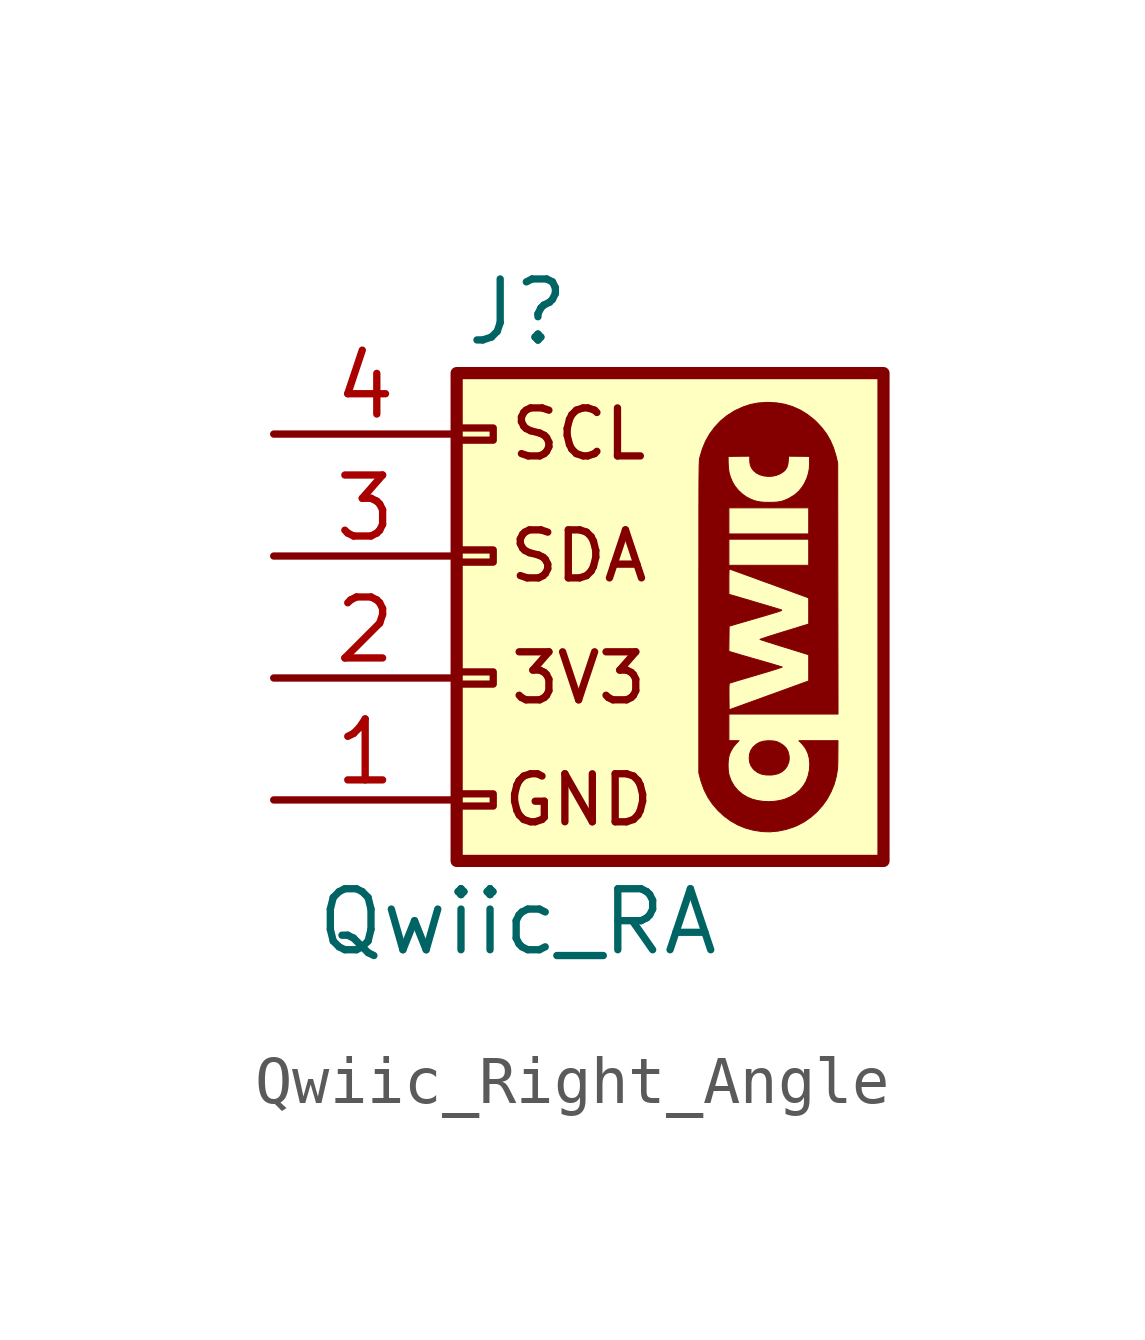
<source format=kicad_sym>
(kicad_symbol_lib
  (version 20231120)
  (generator "kicad_symbol_editor")
  (generator_version "8.0")
  (symbol "Qwiic_Right_Angle"
    (pin_names
      (offset 1.016) hide)
    (property "Reference" "J"
      (at 0 5.08 0)
      (effects (font (size 1.27 1.27))))
    (property "Value" "Qwiic_RA"
      (at 0 -7.62 0)
      (effects (font (size 1.27 1.27))))
    (symbol "Qwiic_Right_Angle_0_0"
      (polyline (pts (xy 5.651 -4.146) (xy 5.63 -4.065) (xy 5.592 -3.998) (xy 5.537 -3.943) (xy 5.463 -3.896) (xy 5.439 -3.884) (xy 5.402 -3.868) (xy 5.368 -3.858) (xy 5.329 -3.852) (xy 5.277 -3.849) (xy 5.218 -3.847) (xy 5.123 -3.856) (xy 5.04 -3.88) (xy 4.97 -3.92) (xy 4.908 -3.976) (xy 4.894 -3.992) (xy 4.854 -4.055) (xy 4.831 -4.124) (xy 4.824 -4.205) (xy 4.824 -4.222) (xy 4.834 -4.301) (xy 4.861 -4.369) (xy 4.905 -4.431) (xy 4.933 -4.459) (xy 5.001 -4.509) (xy 5.079 -4.542) (xy 5.17 -4.559) (xy 5.274 -4.561) (xy 5.326 -4.556) (xy 5.42 -4.535) (xy 5.499 -4.497) (xy 5.564 -4.444) (xy 5.613 -4.376) (xy 5.647 -4.293) (xy 5.65 -4.279) (xy 5.656 -4.232) (xy 5.656 -4.188) (xy 5.651 -4.146)) (stroke (width 0.01) (type default)) (fill (type outline)))
      (polyline (pts (xy 6.669 -0.679) (xy 6.666 1.933) (xy 6.642 2.039) (xy 6.63 2.087) (xy 6.579 2.253) (xy 6.514 2.404) (xy 6.434 2.543) (xy 6.336 2.673) (xy 6.221 2.796) (xy 6.17 2.843) (xy 6.03 2.953) (xy 5.884 3.042) (xy 5.729 3.111) (xy 5.567 3.161) (xy 5.395 3.19) (xy 5.215 3.2) (xy 5.17 3.199) (xy 5.006 3.187) (xy 4.851 3.157) (xy 4.701 3.108) (xy 4.551 3.04) (xy 4.51 3.019) (xy 4.361 2.924) (xy 4.226 2.813) (xy 4.107 2.687) (xy 4.003 2.547) (xy 3.916 2.395) (xy 3.847 2.229) (xy 3.795 2.053) (xy 3.793 2.045) (xy 3.791 2.036) (xy 3.789 2.024) (xy 3.788 2.011) (xy 3.786 1.994) (xy 3.785 1.973) (xy 3.784 1.948) (xy 3.783 1.918) (xy 3.781 1.881) (xy 3.78 1.838) (xy 3.78 1.787) (xy 3.779 1.728) (xy 3.778 1.659) (xy 3.777 1.581) (xy 3.777 1.492) (xy 3.776 1.393) (xy 3.776 1.28) (xy 3.776 1.156) (xy 3.775 1.017) (xy 3.775 0.865) (xy 3.775 0.697) (xy 3.775 0.514) (xy 3.775 0.314) (xy 3.775 0.097) (xy 3.775 -0.139) (xy 3.774 -0.393) (xy 3.774 -0.666) (xy 3.774 -0.96) (xy 3.774 -1.274) (xy 3.774 -4.515) (xy 3.804 -4.632) (xy 3.824 -4.703) (xy 3.884 -4.868) (xy 3.961 -5.021) (xy 4.056 -5.162) (xy 4.17 -5.295) (xy 4.295 -5.412) (xy 4.436 -5.516) (xy 4.586 -5.601) (xy 4.746 -5.666) (xy 4.916 -5.712) (xy 5.096 -5.739) (xy 5.257 -5.744) (xy 5.423 -5.729) (xy 5.589 -5.695) (xy 5.753 -5.642) (xy 5.824 -5.612) (xy 5.973 -5.533) (xy 6.111 -5.436) (xy 6.237 -5.324) (xy 6.349 -5.198) (xy 6.447 -5.06) (xy 6.528 -4.911) (xy 6.593 -4.753) (xy 6.638 -4.588) (xy 6.665 -4.417) (xy 6.665 -4.405) (xy 6.666 -4.37) (xy 6.668 -4.32) (xy 6.669 -4.257) (xy 6.67 -4.186) (xy 6.67 -4.11) (xy 6.672 -3.846) (xy 6.266 -3.846) (xy 5.859 -3.846) (xy 5.922 -3.91) (xy 5.935 -3.924) (xy 6 -4.011) (xy 6.047 -4.11) (xy 6.075 -4.219) (xy 6.085 -4.338) (xy 6.078 -4.451) (xy 6.052 -4.575) (xy 6.007 -4.694) (xy 5.952 -4.786) (xy 5.877 -4.875) (xy 5.786 -4.952) (xy 5.683 -5.013) (xy 5.631 -5.037) (xy 5.564 -5.064) (xy 5.498 -5.083) (xy 5.425 -5.098) (xy 5.338 -5.11) (xy 5.245 -5.116) (xy 5.122 -5.111) (xy 5 -5.094) (xy 4.886 -5.064) (xy 4.786 -5.023) (xy 4.683 -4.962) (xy 4.588 -4.882) (xy 4.509 -4.788) (xy 4.447 -4.681) (xy 4.404 -4.563) (xy 4.403 -4.561) (xy 4.391 -4.499) (xy 4.385 -4.424) (xy 4.383 -4.345) (xy 4.387 -4.266) (xy 4.396 -4.196) (xy 4.409 -4.14) (xy 4.432 -4.082) (xy 4.485 -3.988) (xy 4.555 -3.903) (xy 4.611 -3.846) (xy 4.505 -3.846) (xy 4.4 -3.846) (xy 4.4 -3.569) (xy 4.4 -3.291) (xy 4.405 -3.291) (xy 4.405 -3.202) (xy 4.402 -2.93) (xy 4.402 -2.896) (xy 4.402 -2.808) (xy 4.402 -2.739) (xy 4.404 -2.691) (xy 4.407 -2.661) (xy 4.411 -2.65) (xy 4.414 -2.648) (xy 4.434 -2.642) (xy 4.472 -2.63) (xy 4.527 -2.613) (xy 4.595 -2.592) (xy 4.676 -2.568) (xy 4.767 -2.541) (xy 4.866 -2.512) (xy 4.971 -2.481) (xy 5.017 -2.467) (xy 5.119 -2.437) (xy 5.213 -2.409) (xy 5.298 -2.383) (xy 5.371 -2.36) (xy 5.431 -2.341) (xy 5.475 -2.326) (xy 5.503 -2.317) (xy 5.511 -2.312) (xy 5.505 -2.31) (xy 5.48 -2.302) (xy 5.437 -2.288) (xy 5.379 -2.271) (xy 5.309 -2.25) (xy 5.228 -2.226) (xy 5.138 -2.2) (xy 5.041 -2.172) (xy 4.985 -2.156) (xy 4.886 -2.128) (xy 4.793 -2.101) (xy 4.706 -2.076) (xy 4.63 -2.054) (xy 4.567 -2.035) (xy 4.519 -2.021) (xy 4.489 -2.012) (xy 4.399 -1.985) (xy 4.402 -1.723) (xy 4.405 -1.461) (xy 4.584 -1.408) (xy 4.616 -1.399) (xy 4.774 -1.353) (xy 4.912 -1.313) (xy 5.032 -1.278) (xy 5.135 -1.248) (xy 5.222 -1.222) (xy 5.295 -1.2) (xy 5.354 -1.182) (xy 5.402 -1.168) (xy 5.438 -1.156) (xy 5.465 -1.147) (xy 5.483 -1.139) (xy 5.495 -1.134) (xy 5.5 -1.13) (xy 5.5 -1.126) (xy 5.497 -1.124) (xy 5.492 -1.121) (xy 5.49 -1.121) (xy 5.469 -1.114) (xy 5.43 -1.102) (xy 5.374 -1.085) (xy 5.305 -1.064) (xy 5.224 -1.04) (xy 5.133 -1.013) (xy 5.034 -0.984) (xy 4.93 -0.953) (xy 4.4 -0.797) (xy 4.4 -0.533) (xy 4.4 -0.479) (xy 4.4 -0.411) (xy 4.402 -0.353) (xy 4.403 -0.308) (xy 4.405 -0.279) (xy 4.407 -0.269) (xy 4.409 -0.269) (xy 4.428 -0.276) (xy 4.466 -0.289) (xy 4.52 -0.309) (xy 4.59 -0.334) (xy 4.673 -0.364) (xy 4.768 -0.399) (xy 4.874 -0.437) (xy 4.988 -0.479) (xy 5.11 -0.524) (xy 5.238 -0.57) (xy 6.063 -0.872) (xy 6.063 -0.193) (xy 5.231 -0.193) (xy 4.4 -0.193) (xy 4.4 0.079) (xy 4.4 0.351) (xy 5.231 0.351) (xy 6.063 0.351) (xy 6.063 0.46) (xy 5.231 0.46) (xy 4.4 0.46) (xy 4.4 0.732) (xy 4.4 1.004) (xy 5.231 1.004) (xy 5.237 1.004) (xy 5.237 1.118) (xy 5.146 1.119) (xy 5.067 1.125) (xy 4.997 1.136) (xy 4.933 1.153) (xy 4.868 1.178) (xy 4.797 1.213) (xy 4.766 1.23) (xy 4.681 1.29) (xy 4.601 1.365) (xy 4.531 1.449) (xy 4.478 1.536) (xy 4.469 1.556) (xy 4.431 1.646) (xy 4.405 1.735) (xy 4.391 1.83) (xy 4.385 1.939) (xy 4.383 2.075) (xy 4.609 2.078) (xy 4.835 2.08) (xy 4.835 1.996) (xy 4.837 1.948) (xy 4.849 1.886) (xy 4.874 1.832) (xy 4.914 1.779) (xy 4.973 1.729) (xy 5.046 1.692) (xy 5.128 1.669) (xy 5.215 1.659) (xy 5.304 1.663) (xy 5.39 1.681) (xy 5.47 1.714) (xy 5.54 1.76) (xy 5.573 1.792) (xy 5.607 1.844) (xy 5.628 1.907) (xy 5.637 1.984) (xy 5.642 2.08) (xy 5.861 2.078) (xy 6.08 2.075) (xy 6.081 1.971) (xy 6.081 1.921) (xy 6.074 1.813) (xy 6.055 1.716) (xy 6.024 1.62) (xy 5.978 1.52) (xy 5.934 1.446) (xy 5.857 1.35) (xy 5.765 1.27) (xy 5.659 1.206) (xy 5.625 1.189) (xy 5.565 1.163) (xy 5.51 1.143) (xy 5.455 1.131) (xy 5.395 1.123) (xy 5.324 1.119) (xy 5.237 1.118) (xy 5.237 1.004) (xy 6.063 1.004) (xy 6.063 0.732) (xy 6.063 0.46) (xy 6.063 0.351) (xy 6.063 0.079) (xy 6.063 -0.193) (xy 6.063 -0.872) (xy 6.063 -1.144) (xy 6.063 -1.416) (xy 5.552 -1.573) (xy 5.536 -1.578) (xy 5.436 -1.609) (xy 5.344 -1.638) (xy 5.26 -1.664) (xy 5.188 -1.687) (xy 5.129 -1.707) (xy 5.085 -1.722) (xy 5.058 -1.732) (xy 5.049 -1.737) (xy 5.049 -1.737) (xy 5.062 -1.742) (xy 5.094 -1.753) (xy 5.142 -1.768) (xy 5.205 -1.789) (xy 5.28 -1.812) (xy 5.366 -1.839) (xy 5.46 -1.869) (xy 5.56 -1.9) (xy 6.063 -2.056) (xy 6.063 -2.328) (xy 6.063 -2.601) (xy 5.234 -2.902) (xy 4.405 -3.202) (xy 4.405 -3.291) (xy 5.536 -3.291) (xy 6.673 -3.291) (xy 6.669 -0.679)) (stroke (width 0.01) (type default)) (fill (type outline))))
    (symbol "Qwiic_Right_Angle_1_1"
      (rectangle (start -1.27 -4.953) (end -0.508 -5.207) (stroke (width 0.152) (type default)) (fill (type none)))
      (rectangle (start -1.27 -2.413) (end -0.508 -2.667) (stroke (width 0.152) (type default)) (fill (type none)))
      (rectangle (start -1.27 0.127) (end -0.508 -0.127) (stroke (width 0.152) (type default)) (fill (type none)))
      (rectangle (start -1.27 2.667) (end -0.508 2.413) (stroke (width 0.152) (type default)) (fill (type none)))
      (rectangle (start -1.27 3.81) (end 7.62 -6.35) (stroke (width 0.254) (type default)) (fill (type background)))
      (text "3V3" (at 1.27 -2.54 0) (effects (font (size 1 1))))
      (text "GND" (at 1.27 -5.08 0) (effects (font (size 1 1))))
      (text "SCL" (at 1.27 2.54 0) (effects (font (size 1 1))))
      (text "SDA" (at 1.27 0 0) (effects (font (size 1 1))))
      (pin passive line (at -5.08 -5.08 0) (length 3.81) (name "Pin_1" (effects (font (size 1.27 1.27)))) (number "1" (effects (font (size 1.27 1.27)))))
      (pin passive line (at -5.08 -2.54 0) (length 3.81) (name "Pin_2" (effects (font (size 1.27 1.27)))) (number "2" (effects (font (size 1.27 1.27)))))
      (pin passive line (at -5.08 0 0) (length 3.81) (name "Pin_3" (effects (font (size 1.27 1.27)))) (number "3" (effects (font (size 1.27 1.27)))))
      (pin passive line (at -5.08 2.54 0) (length 3.81) (name "Pin_4" (effects (font (size 1.27 1.27)))) (number "4" (effects (font (size 1.27 1.27))))))))
</source>
